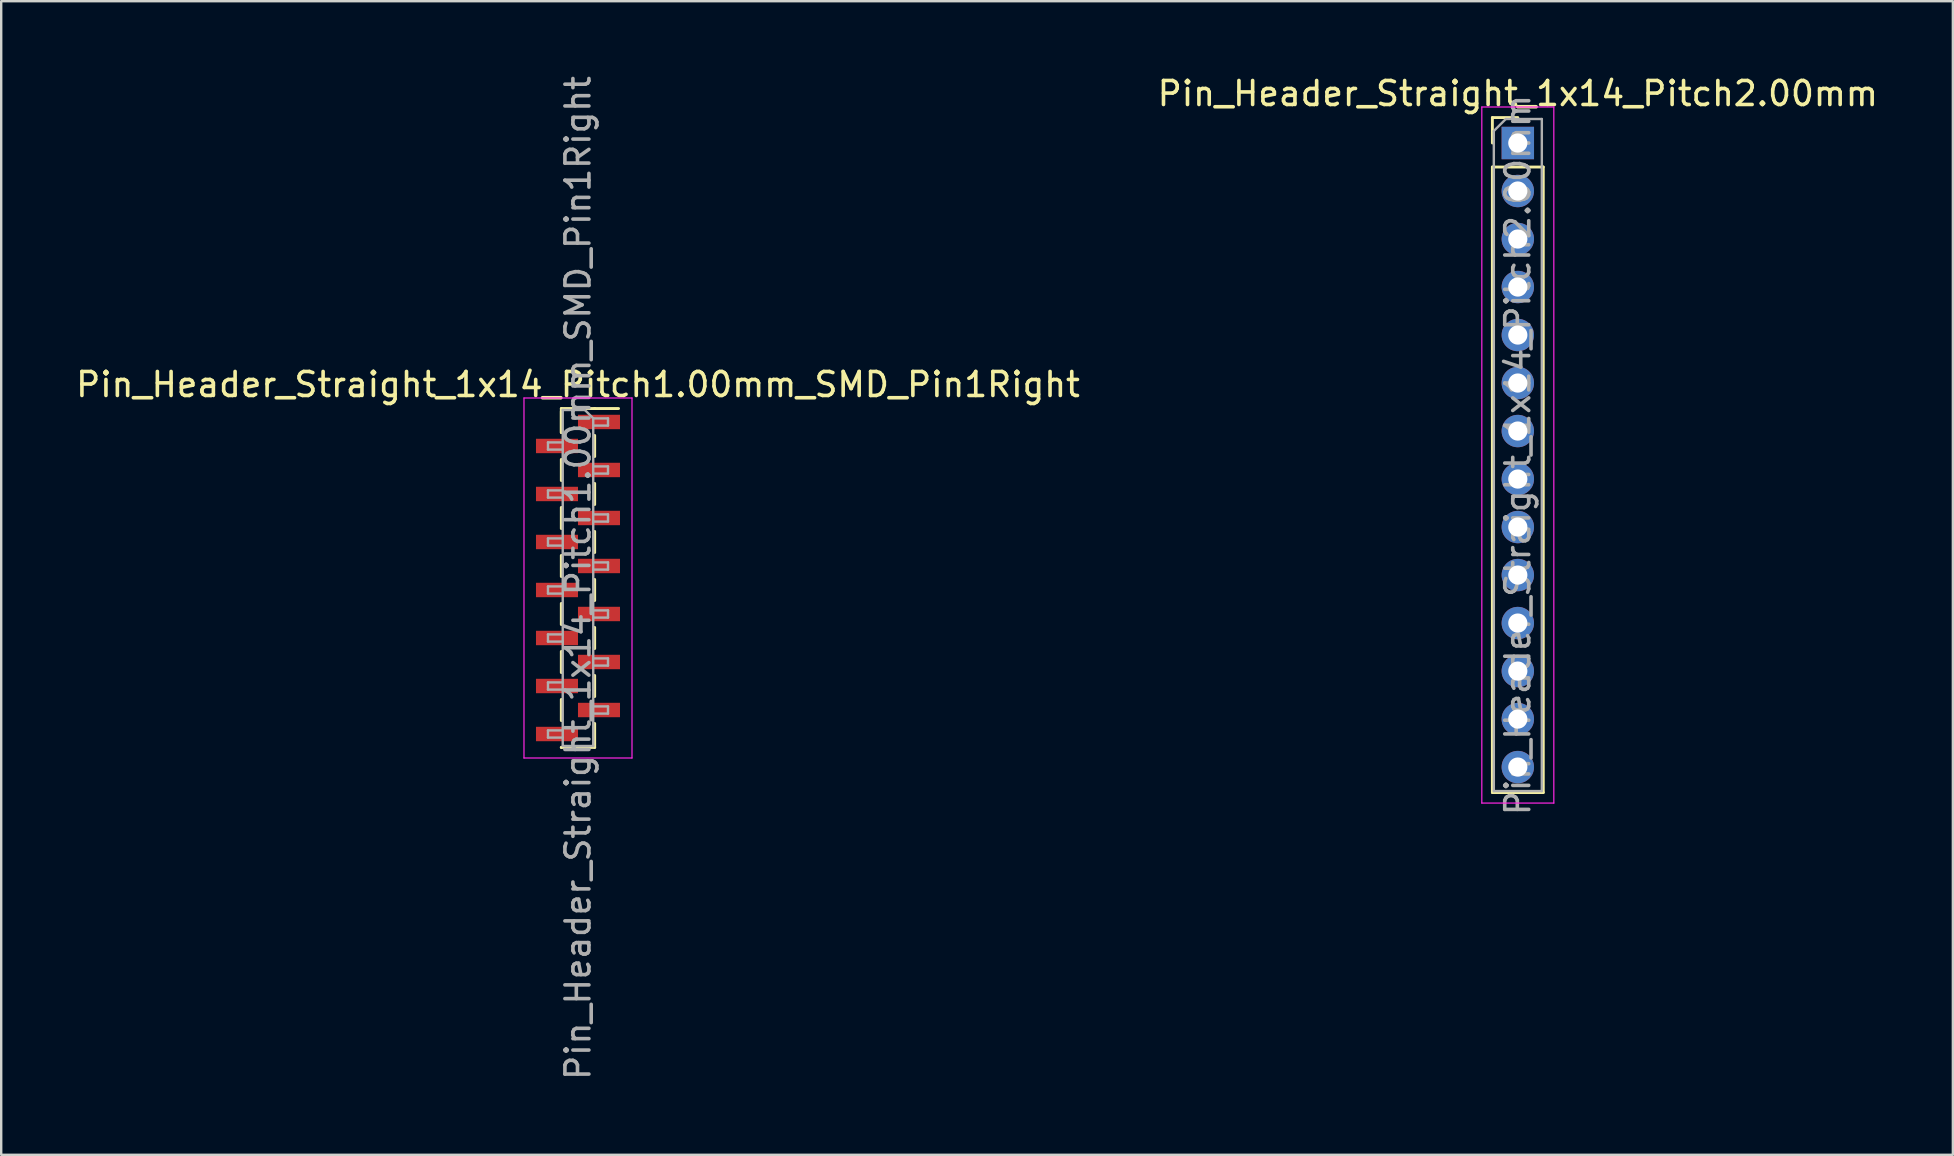
<source format=kicad_pcb>
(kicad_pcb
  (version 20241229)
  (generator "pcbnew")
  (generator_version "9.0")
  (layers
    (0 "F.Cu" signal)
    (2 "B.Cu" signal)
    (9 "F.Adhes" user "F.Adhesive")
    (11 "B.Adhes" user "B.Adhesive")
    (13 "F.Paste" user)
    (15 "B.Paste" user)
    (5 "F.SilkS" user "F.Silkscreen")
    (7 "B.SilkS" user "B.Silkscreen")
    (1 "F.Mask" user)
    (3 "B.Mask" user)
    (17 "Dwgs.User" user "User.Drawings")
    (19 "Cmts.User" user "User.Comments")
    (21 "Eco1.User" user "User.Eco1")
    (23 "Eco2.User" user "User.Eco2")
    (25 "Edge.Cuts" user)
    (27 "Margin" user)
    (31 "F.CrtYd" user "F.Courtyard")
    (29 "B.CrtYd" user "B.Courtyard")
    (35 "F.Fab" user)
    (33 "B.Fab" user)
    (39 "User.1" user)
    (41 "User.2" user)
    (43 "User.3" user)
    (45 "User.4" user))
  (footprint "Pin_Header_Straight_1x14_Pitch2.00mm"
    (layer "F.Cu")
    (at 60.185 2.908)
    (property "Reference" "Pin_Header_Straight_1x14_Pitch2.00mm" (at 0 -2.06 0) (layer "F.SilkS") (effects (font (size 1 1) (thickness 0.15))))
    (attr through_hole)
    (fp_line (start -1.06 -1.06) (end 0 -1.06) (stroke (width 0.12) (type solid)) (layer "F.SilkS"))
    (fp_line (start -1.06 0) (end -1.06 -1.06) (stroke (width 0.12) (type solid)) (layer "F.SilkS"))
    (fp_line (start -1.06 1) (end -1.06 27.06) (stroke (width 0.12) (type solid)) (layer "F.SilkS"))
    (fp_line (start -1.06 1) (end 1.06 1) (stroke (width 0.12) (type solid)) (layer "F.SilkS"))
    (fp_line (start -1.06 27.06) (end 1.06 27.06) (stroke (width 0.12) (type solid)) (layer "F.SilkS"))
    (fp_line (start 1.06 1) (end 1.06 27.06) (stroke (width 0.12) (type solid)) (layer "F.SilkS"))
    (fp_line (start -1.5 -1.5) (end -1.5 27.5) (stroke (width 0.05) (type solid)) (layer "F.CrtYd"))
    (fp_line (start -1.5 27.5) (end 1.5 27.5) (stroke (width 0.05) (type solid)) (layer "F.CrtYd"))
    (fp_line (start 1.5 -1.5) (end -1.5 -1.5) (stroke (width 0.05) (type solid)) (layer "F.CrtYd"))
    (fp_line (start 1.5 27.5) (end 1.5 -1.5) (stroke (width 0.05) (type solid)) (layer "F.CrtYd"))
    (fp_line (start -1 -0.5) (end -0.5 -1) (stroke (width 0.1) (type solid)) (layer "F.Fab"))
    (fp_line (start -1 27) (end -1 -0.5) (stroke (width 0.1) (type solid)) (layer "F.Fab"))
    (fp_line (start -0.5 -1) (end 1 -1) (stroke (width 0.1) (type solid)) (layer "F.Fab"))
    (fp_line (start 1 -1) (end 1 27) (stroke (width 0.1) (type solid)) (layer "F.Fab"))
    (fp_line (start 1 27) (end -1 27) (stroke (width 0.1) (type solid)) (layer "F.Fab"))
    (fp_text user "${REFERENCE}" (at 0 13 90) (layer "F.Fab") (effects (font (size 1 1) (thickness 0.15))))
    (pad "1" thru_hole rect (at 0 0) (size 1.35 1.35) (drill 0.8) (layers "*.Cu" "*.Mask"))
    (pad "2" thru_hole oval (at 0 2) (size 1.35 1.35) (drill 0.8) (layers "*.Cu" "*.Mask"))
    (pad "3" thru_hole oval (at 0 4) (size 1.35 1.35) (drill 0.8) (layers "*.Cu" "*.Mask"))
    (pad "4" thru_hole oval (at 0 6) (size 1.35 1.35) (drill 0.8) (layers "*.Cu" "*.Mask"))
    (pad "5" thru_hole oval (at 0 8) (size 1.35 1.35) (drill 0.8) (layers "*.Cu" "*.Mask"))
    (pad "6" thru_hole oval (at 0 10) (size 1.35 1.35) (drill 0.8) (layers "*.Cu" "*.Mask"))
    (pad "7" thru_hole oval (at 0 12) (size 1.35 1.35) (drill 0.8) (layers "*.Cu" "*.Mask"))
    (pad "8" thru_hole oval (at 0 14) (size 1.35 1.35) (drill 0.8) (layers "*.Cu" "*.Mask"))
    (pad "9" thru_hole oval (at 0 16) (size 1.35 1.35) (drill 0.8) (layers "*.Cu" "*.Mask"))
    (pad "10" thru_hole oval (at 0 18) (size 1.35 1.35) (drill 0.8) (layers "*.Cu" "*.Mask"))
    (pad "11" thru_hole oval (at 0 20) (size 1.35 1.35) (drill 0.8) (layers "*.Cu" "*.Mask"))
    (pad "12" thru_hole oval (at 0 22) (size 1.35 1.35) (drill 0.8) (layers "*.Cu" "*.Mask"))
    (pad "13" thru_hole oval (at 0 24) (size 1.35 1.35) (drill 0.8) (layers "*.Cu" "*.Mask"))
    (pad "14" thru_hole oval (at 0 26) (size 1.35 1.35) (drill 0.8) (layers "*.Cu" "*.Mask")))
  (footprint "Pin_Header_Straight_1x14_Pitch1.00mm_SMD_Pin1Right"
    (layer "F.Cu")
    (at 21.03 21.03)
    (property "Reference" "Pin_Header_Straight_1x14_Pitch1.00mm_SMD_Pin1Right" (at 0 -8.06 0) (layer "F.SilkS") (effects (font (size 1 1) (thickness 0.15))))
    (attr smd)
    (fp_line (start -0.695 -7.06) (end -0.695 -6.06) (stroke (width 0.12) (type solid)) (layer "F.SilkS"))
    (fp_line (start -0.695 -7.06) (end 0.695 -7.06) (stroke (width 0.12) (type solid)) (layer "F.SilkS"))
    (fp_line (start -0.695 -6.94) (end -0.695 -6.06) (stroke (width 0.12) (type solid)) (layer "F.SilkS"))
    (fp_line (start -0.695 -4.94) (end -0.695 -4.06) (stroke (width 0.12) (type solid)) (layer "F.SilkS"))
    (fp_line (start -0.695 -2.94) (end -0.695 -2.06) (stroke (width 0.12) (type solid)) (layer "F.SilkS"))
    (fp_line (start -0.695 -0.94) (end -0.695 -0.06) (stroke (width 0.12) (type solid)) (layer "F.SilkS"))
    (fp_line (start -0.695 1.06) (end -0.695 1.94) (stroke (width 0.12) (type solid)) (layer "F.SilkS"))
    (fp_line (start -0.695 3.06) (end -0.695 3.94) (stroke (width 0.12) (type solid)) (layer "F.SilkS"))
    (fp_line (start -0.695 5.06) (end -0.695 5.94) (stroke (width 0.12) (type solid)) (layer "F.SilkS"))
    (fp_line (start -0.695 7.06) (end -0.695 7.06) (stroke (width 0.12) (type solid)) (layer "F.SilkS"))
    (fp_line (start -0.695 7.06) (end 0.695 7.06) (stroke (width 0.12) (type solid)) (layer "F.SilkS"))
    (fp_line (start 0.695 -7.06) (end 0.695 -7.06) (stroke (width 0.12) (type solid)) (layer "F.SilkS"))
    (fp_line (start 0.695 -7.06) (end 1.69 -7.06) (stroke (width 0.12) (type solid)) (layer "F.SilkS"))
    (fp_line (start 0.695 -5.94) (end 0.695 -5.06) (stroke (width 0.12) (type solid)) (layer "F.SilkS"))
    (fp_line (start 0.695 -3.94) (end 0.695 -3.06) (stroke (width 0.12) (type solid)) (layer "F.SilkS"))
    (fp_line (start 0.695 -1.94) (end 0.695 -1.06) (stroke (width 0.12) (type solid)) (layer "F.SilkS"))
    (fp_line (start 0.695 0.06) (end 0.695 0.94) (stroke (width 0.12) (type solid)) (layer "F.SilkS"))
    (fp_line (start 0.695 2.06) (end 0.695 2.94) (stroke (width 0.12) (type solid)) (layer "F.SilkS"))
    (fp_line (start 0.695 4.06) (end 0.695 4.94) (stroke (width 0.12) (type solid)) (layer "F.SilkS"))
    (fp_line (start 0.695 6.06) (end 0.695 7.06) (stroke (width 0.12) (type solid)) (layer "F.SilkS"))
    (fp_line (start -2.25 -7.5) (end -2.25 7.5) (stroke (width 0.05) (type solid)) (layer "F.CrtYd"))
    (fp_line (start -2.25 7.5) (end 2.25 7.5) (stroke (width 0.05) (type solid)) (layer "F.CrtYd"))
    (fp_line (start 2.25 -7.5) (end -2.25 -7.5) (stroke (width 0.05) (type solid)) (layer "F.CrtYd"))
    (fp_line (start 2.25 7.5) (end 2.25 -7.5) (stroke (width 0.05) (type solid)) (layer "F.CrtYd"))
    (fp_line (start -1.25 -5.65) (end -1.25 -5.35) (stroke (width 0.1) (type solid)) (layer "F.Fab"))
    (fp_line (start -1.25 -5.35) (end -0.635 -5.35) (stroke (width 0.1) (type solid)) (layer "F.Fab"))
    (fp_line (start -1.25 -3.65) (end -1.25 -3.35) (stroke (width 0.1) (type solid)) (layer "F.Fab"))
    (fp_line (start -1.25 -3.35) (end -0.635 -3.35) (stroke (width 0.1) (type solid)) (layer "F.Fab"))
    (fp_line (start -1.25 -1.65) (end -1.25 -1.35) (stroke (width 0.1) (type solid)) (layer "F.Fab"))
    (fp_line (start -1.25 -1.35) (end -0.635 -1.35) (stroke (width 0.1) (type solid)) (layer "F.Fab"))
    (fp_line (start -1.25 0.35) (end -1.25 0.65) (stroke (width 0.1) (type solid)) (layer "F.Fab"))
    (fp_line (start -1.25 0.65) (end -0.635 0.65) (stroke (width 0.1) (type solid)) (layer "F.Fab"))
    (fp_line (start -1.25 2.35) (end -1.25 2.65) (stroke (width 0.1) (type solid)) (layer "F.Fab"))
    (fp_line (start -1.25 2.65) (end -0.635 2.65) (stroke (width 0.1) (type solid)) (layer "F.Fab"))
    (fp_line (start -1.25 4.35) (end -1.25 4.65) (stroke (width 0.1) (type solid)) (layer "F.Fab"))
    (fp_line (start -1.25 4.65) (end -0.635 4.65) (stroke (width 0.1) (type solid)) (layer "F.Fab"))
    (fp_line (start -1.25 6.35) (end -1.25 6.65) (stroke (width 0.1) (type solid)) (layer "F.Fab"))
    (fp_line (start -1.25 6.65) (end -0.635 6.65) (stroke (width 0.1) (type solid)) (layer "F.Fab"))
    (fp_line (start -0.635 -7) (end -0.635 7) (stroke (width 0.1) (type solid)) (layer "F.Fab"))
    (fp_line (start -0.635 -7) (end 0.285 -7) (stroke (width 0.1) (type solid)) (layer "F.Fab"))
    (fp_line (start -0.635 -5.65) (end -1.25 -5.65) (stroke (width 0.1) (type solid)) (layer "F.Fab"))
    (fp_line (start -0.635 -3.65) (end -1.25 -3.65) (stroke (width 0.1) (type solid)) (layer "F.Fab"))
    (fp_line (start -0.635 -1.65) (end -1.25 -1.65) (stroke (width 0.1) (type solid)) (layer "F.Fab"))
    (fp_line (start -0.635 0.35) (end -1.25 0.35) (stroke (width 0.1) (type solid)) (layer "F.Fab"))
    (fp_line (start -0.635 2.35) (end -1.25 2.35) (stroke (width 0.1) (type solid)) (layer "F.Fab"))
    (fp_line (start -0.635 4.35) (end -1.25 4.35) (stroke (width 0.1) (type solid)) (layer "F.Fab"))
    (fp_line (start -0.635 6.35) (end -1.25 6.35) (stroke (width 0.1) (type solid)) (layer "F.Fab"))
    (fp_line (start 0.635 -6.65) (end 0.285 -7) (stroke (width 0.1) (type solid)) (layer "F.Fab"))
    (fp_line (start 0.635 -6.65) (end 1.25 -6.65) (stroke (width 0.1) (type solid)) (layer "F.Fab"))
    (fp_line (start 0.635 -4.65) (end 1.25 -4.65) (stroke (width 0.1) (type solid)) (layer "F.Fab"))
    (fp_line (start 0.635 -2.65) (end 1.25 -2.65) (stroke (width 0.1) (type solid)) (layer "F.Fab"))
    (fp_line (start 0.635 -0.65) (end 1.25 -0.65) (stroke (width 0.1) (type solid)) (layer "F.Fab"))
    (fp_line (start 0.635 1.35) (end 1.25 1.35) (stroke (width 0.1) (type solid)) (layer "F.Fab"))
    (fp_line (start 0.635 3.35) (end 1.25 3.35) (stroke (width 0.1) (type solid)) (layer "F.Fab"))
    (fp_line (start 0.635 5.35) (end 1.25 5.35) (stroke (width 0.1) (type solid)) (layer "F.Fab"))
    (fp_line (start 0.635 7) (end -0.635 7) (stroke (width 0.1) (type solid)) (layer "F.Fab"))
    (fp_line (start 0.635 7) (end 0.635 -6.65) (stroke (width 0.1) (type solid)) (layer "F.Fab"))
    (fp_line (start 1.25 -6.65) (end 1.25 -6.35) (stroke (width 0.1) (type solid)) (layer "F.Fab"))
    (fp_line (start 1.25 -6.35) (end 0.635 -6.35) (stroke (width 0.1) (type solid)) (layer "F.Fab"))
    (fp_line (start 1.25 -4.65) (end 1.25 -4.35) (stroke (width 0.1) (type solid)) (layer "F.Fab"))
    (fp_line (start 1.25 -4.35) (end 0.635 -4.35) (stroke (width 0.1) (type solid)) (layer "F.Fab"))
    (fp_line (start 1.25 -2.65) (end 1.25 -2.35) (stroke (width 0.1) (type solid)) (layer "F.Fab"))
    (fp_line (start 1.25 -2.35) (end 0.635 -2.35) (stroke (width 0.1) (type solid)) (layer "F.Fab"))
    (fp_line (start 1.25 -0.65) (end 1.25 -0.35) (stroke (width 0.1) (type solid)) (layer "F.Fab"))
    (fp_line (start 1.25 -0.35) (end 0.635 -0.35) (stroke (width 0.1) (type solid)) (layer "F.Fab"))
    (fp_line (start 1.25 1.35) (end 1.25 1.65) (stroke (width 0.1) (type solid)) (layer "F.Fab"))
    (fp_line (start 1.25 1.65) (end 0.635 1.65) (stroke (width 0.1) (type solid)) (layer "F.Fab"))
    (fp_line (start 1.25 3.35) (end 1.25 3.65) (stroke (width 0.1) (type solid)) (layer "F.Fab"))
    (fp_line (start 1.25 3.65) (end 0.635 3.65) (stroke (width 0.1) (type solid)) (layer "F.Fab"))
    (fp_line (start 1.25 5.35) (end 1.25 5.65) (stroke (width 0.1) (type solid)) (layer "F.Fab"))
    (fp_line (start 1.25 5.65) (end 0.635 5.65) (stroke (width 0.1) (type solid)) (layer "F.Fab"))
    (fp_text user "${REFERENCE}" (at 0 0 90) (layer "F.Fab") (effects (font (size 1 1) (thickness 0.15))))
    (pad "1" smd rect (at 0.875 -6.5) (size 1.75 0.6) (layers "F.Cu" "F.Mask" "F.Paste"))
    (pad "2" smd rect (at -0.875 -5.5) (size 1.75 0.6) (layers "F.Cu" "F.Mask" "F.Paste"))
    (pad "3" smd rect (at 0.875 -4.5) (size 1.75 0.6) (layers "F.Cu" "F.Mask" "F.Paste"))
    (pad "4" smd rect (at -0.875 -3.5) (size 1.75 0.6) (layers "F.Cu" "F.Mask" "F.Paste"))
    (pad "5" smd rect (at 0.875 -2.5) (size 1.75 0.6) (layers "F.Cu" "F.Mask" "F.Paste"))
    (pad "6" smd rect (at -0.875 -1.5) (size 1.75 0.6) (layers "F.Cu" "F.Mask" "F.Paste"))
    (pad "7" smd rect (at 0.875 -0.5) (size 1.75 0.6) (layers "F.Cu" "F.Mask" "F.Paste"))
    (pad "8" smd rect (at -0.875 0.5) (size 1.75 0.6) (layers "F.Cu" "F.Mask" "F.Paste"))
    (pad "9" smd rect (at 0.875 1.5) (size 1.75 0.6) (layers "F.Cu" "F.Mask" "F.Paste"))
    (pad "10" smd rect (at -0.875 2.5) (size 1.75 0.6) (layers "F.Cu" "F.Mask" "F.Paste"))
    (pad "11" smd rect (at 0.875 3.5) (size 1.75 0.6) (layers "F.Cu" "F.Mask" "F.Paste"))
    (pad "12" smd rect (at -0.875 4.5) (size 1.75 0.6) (layers "F.Cu" "F.Mask" "F.Paste"))
    (pad "13" smd rect (at 0.875 5.5) (size 1.75 0.6) (layers "F.Cu" "F.Mask" "F.Paste"))
    (pad "14" smd rect (at -0.875 6.5) (size 1.75 0.6) (layers "F.Cu" "F.Mask" "F.Paste")))
  (gr_rect
    (start -3 -3)
    (end 78.31 45.06)
    (stroke (width 0.1) (type default))
    (fill no)
    (layer "Edge.Cuts")))
</source>
